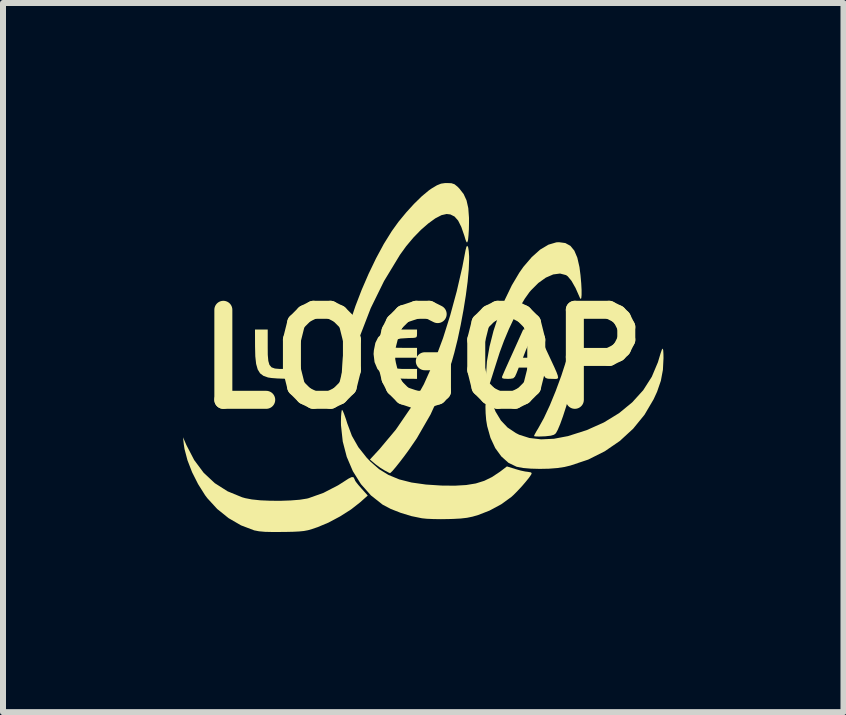
<source format=kicad_pcb>
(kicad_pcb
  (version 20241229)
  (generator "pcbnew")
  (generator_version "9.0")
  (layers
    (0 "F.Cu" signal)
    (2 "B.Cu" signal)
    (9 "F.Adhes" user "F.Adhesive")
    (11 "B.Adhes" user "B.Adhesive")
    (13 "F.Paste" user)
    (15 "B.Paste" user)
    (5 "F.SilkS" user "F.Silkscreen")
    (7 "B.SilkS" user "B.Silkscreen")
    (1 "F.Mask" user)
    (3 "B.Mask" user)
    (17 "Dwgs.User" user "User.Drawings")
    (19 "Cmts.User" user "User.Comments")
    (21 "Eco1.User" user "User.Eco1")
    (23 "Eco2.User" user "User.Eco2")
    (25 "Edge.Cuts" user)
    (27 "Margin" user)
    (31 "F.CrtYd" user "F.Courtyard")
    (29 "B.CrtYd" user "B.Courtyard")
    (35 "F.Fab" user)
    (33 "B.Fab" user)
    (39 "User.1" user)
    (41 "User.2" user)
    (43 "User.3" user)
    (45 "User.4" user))
  (footprint "LOGOP"
    (layer "F.Cu")
    (at 3.993 2.934)
    (property "Reference" "LOGOP" (at 0 0 0) (layer "F.SilkS") (effects (font (size 1.5 1.5) (thickness 0.3))))
    (attr board_only exclude_from_pos_files exclude_from_bom)
    (fp_poly (pts (xy -2.582 -0.211) (xy -2.581 -0.071) (xy -2.572 0.03) (xy -2.553 0.096) (xy -2.518 0.137) (xy -2.462 0.157) (xy -2.382 0.164) (xy -2.324 0.164) (xy -2.16 0.164) (xy -2.16 0.246) (xy -2.16 0.329) (xy -2.33 0.326) (xy -2.427 0.322) (xy -2.517 0.315) (xy -2.577 0.306) (xy -2.653 0.279) (xy -2.709 0.237) (xy -2.749 0.172) (xy -2.775 0.08) (xy -2.789 -0.047) (xy -2.793 -0.213) (xy -2.793 -0.229) (xy -2.794 -0.493) (xy -2.688 -0.493) (xy -2.582 -0.493)) (stroke (width 0) (type solid)) (fill yes) (layer "F.SilkS"))
    (fp_poly (pts (xy 0.758 -1.862) (xy 0.768 -1.802) (xy 0.774 -1.712) (xy 0.774 -1.663) (xy 0.768 -1.494) (xy 0.749 -1.29) (xy 0.719 -1.061) (xy 0.68 -0.818) (xy 0.634 -0.571) (xy 0.583 -0.33) (xy 0.527 -0.105) (xy 0.484 0.048) (xy 0.325 0.5) (xy 0.13 0.925) (xy -0.098 1.32) (xy -0.228 1.51) (xy -0.307 1.618) (xy -0.383 1.717) (xy -0.45 1.801) (xy -0.503 1.863) (xy -0.537 1.896) (xy -0.545 1.9) (xy -0.568 1.89) (xy -0.617 1.864) (xy -0.634 1.855) (xy -0.707 1.81) (xy -0.783 1.754) (xy -0.797 1.742) (xy -0.879 1.673) (xy -0.721 1.502) (xy -0.447 1.175) (xy -0.2 0.814) (xy 0.02 0.419) (xy 0.214 -0.014) (xy 0.34 -0.352) (xy 0.459 -0.73) (xy 0.568 -1.131) (xy 0.661 -1.535) (xy 0.715 -1.818) (xy 0.73 -1.874) (xy 0.744 -1.888)) (stroke (width 0) (type solid)) (fill yes) (layer "F.SilkS"))
    (fp_poly (pts (xy 2.647 -0.866) (xy 2.651 -0.845) (xy 2.656 -0.769) (xy 2.656 -0.657) (xy 2.649 -0.52) (xy 2.638 -0.37) (xy 2.622 -0.218) (xy 2.603 -0.073) (xy 2.593 -0.012) (xy 2.565 0.133) (xy 2.528 0.294) (xy 2.485 0.465) (xy 2.437 0.637) (xy 2.387 0.802) (xy 2.338 0.953) (xy 2.292 1.081) (xy 2.251 1.178) (xy 2.22 1.235) (xy 2.189 1.26) (xy 2.134 1.276) (xy 2.045 1.286) (xy 2.021 1.287) (xy 1.94 1.29) (xy 1.88 1.288) (xy 1.855 1.283) (xy 1.855 1.282) (xy 1.866 1.256) (xy 1.895 1.203) (xy 1.925 1.154) (xy 2.02 0.982) (xy 2.118 0.772) (xy 2.216 0.533) (xy 2.311 0.275) (xy 2.398 0.007) (xy 2.476 -0.263) (xy 2.541 -0.525) (xy 2.569 -0.657) (xy 2.594 -0.778) (xy 2.612 -0.856) (xy 2.626 -0.894) (xy 2.637 -0.896)) (stroke (width 0) (type solid)) (fill yes) (layer "F.SilkS"))
    (fp_poly (pts (xy 1.792 -0.488) (xy 1.907 -0.481) (xy 2.071 -0.129) (xy 2.142 0.023) (xy 2.195 0.137) (xy 2.231 0.219) (xy 2.251 0.274) (xy 2.257 0.308) (xy 2.248 0.324) (xy 2.227 0.33) (xy 2.195 0.33) (xy 2.159 0.329) (xy 2.089 0.327) (xy 2.049 0.314) (xy 2.024 0.281) (xy 2.004 0.235) (xy 1.967 0.141) (xy 1.784 0.141) (xy 1.601 0.141) (xy 1.564 0.235) (xy 1.538 0.292) (xy 1.509 0.32) (xy 1.461 0.328) (xy 1.418 0.329) (xy 1.353 0.326) (xy 1.324 0.316) (xy 1.323 0.294) (xy 1.325 0.288) (xy 1.34 0.253) (xy 1.37 0.184) (xy 1.413 0.088) (xy 1.463 -0.023) (xy 1.671 -0.023) (xy 1.785 -0.023) (xy 1.9 -0.023) (xy 1.852 -0.135) (xy 1.822 -0.202) (xy 1.797 -0.25) (xy 1.788 -0.263) (xy 1.772 -0.252) (xy 1.746 -0.208) (xy 1.721 -0.152) (xy 1.671 -0.023) (xy 1.463 -0.023) (xy 1.465 -0.027) (xy 1.509 -0.124) (xy 1.676 -0.495)) (stroke (width 0) (type solid)) (fill yes) (layer "F.SilkS"))
    (fp_poly (pts (xy 2.377 -1.934) (xy 2.461 -1.888) (xy 2.527 -1.808) (xy 2.577 -1.69) (xy 2.613 -1.532) (xy 2.63 -1.397) (xy 2.642 -1.264) (xy 2.648 -1.153) (xy 2.648 -1.068) (xy 2.643 -1.016) (xy 2.633 -1.001) (xy 2.62 -1.021) (xy 2.548 -1.184) (xy 2.48 -1.304) (xy 2.418 -1.379) (xy 2.389 -1.4) (xy 2.289 -1.426) (xy 2.175 -1.411) (xy 2.053 -1.358) (xy 1.928 -1.269) (xy 1.805 -1.146) (xy 1.78 -1.117) (xy 1.701 -1.006) (xy 1.614 -0.86) (xy 1.525 -0.688) (xy 1.437 -0.501) (xy 1.356 -0.308) (xy 1.286 -0.119) (xy 1.266 -0.057) (xy 1.226 0.068) (xy 1.187 0.191) (xy 1.154 0.296) (xy 1.13 0.37) (xy 1.129 0.374) (xy 1.104 0.445) (xy 1.086 0.473) (xy 1.073 0.462) (xy 1.072 0.461) (xy 1.064 0.416) (xy 1.058 0.342) (xy 1.056 0.259) (xy 1.071 0.037) (xy 1.114 -0.209) (xy 1.18 -0.47) (xy 1.267 -0.734) (xy 1.37 -0.991) (xy 1.486 -1.231) (xy 1.612 -1.443) (xy 1.679 -1.538) (xy 1.819 -1.701) (xy 1.958 -1.825) (xy 2.096 -1.907) (xy 2.228 -1.946) (xy 2.273 -1.948)) (stroke (width 0) (type solid)) (fill yes) (layer "F.SilkS"))
    (fp_poly (pts (xy -0.094 -0.423) (xy -0.096 -0.383) (xy -0.109 -0.362) (xy -0.146 -0.354) (xy -0.216 -0.352) (xy -0.229 -0.352) (xy -0.369 -0.343) (xy -0.478 -0.316) (xy -0.552 -0.274) (xy -0.585 -0.218) (xy -0.587 -0.201) (xy -0.565 -0.196) (xy -0.506 -0.191) (xy -0.419 -0.189) (xy -0.34 -0.188) (xy -0.094 -0.188) (xy -0.094 -0.106) (xy -0.094 -0.023) (xy -0.34 -0.023) (xy -0.45 -0.023) (xy -0.522 -0.02) (xy -0.563 -0.013) (xy -0.582 -0.001) (xy -0.587 0.018) (xy -0.587 0.022) (xy -0.569 0.067) (xy -0.527 0.114) (xy -0.525 0.116) (xy -0.483 0.142) (xy -0.43 0.157) (xy -0.354 0.163) (xy -0.279 0.164) (xy -0.094 0.164) (xy -0.094 0.246) (xy -0.094 0.329) (xy -0.299 0.327) (xy -0.403 0.323) (xy -0.497 0.316) (xy -0.565 0.306) (xy -0.578 0.303) (xy -0.678 0.251) (xy -0.754 0.164) (xy -0.802 0.05) (xy -0.818 -0.085) (xy -0.813 -0.147) (xy -0.788 -0.271) (xy -0.743 -0.362) (xy -0.672 -0.431) (xy -0.66 -0.439) (xy -0.618 -0.464) (xy -0.572 -0.48) (xy -0.512 -0.489) (xy -0.426 -0.492) (xy -0.337 -0.493) (xy -0.094 -0.493)) (stroke (width 0) (type solid)) (fill yes) (layer "F.SilkS"))
    (fp_poly (pts (xy -3.937 1.432) (xy -3.807 1.682) (xy -3.65 1.893) (xy -3.464 2.067) (xy -3.25 2.203) (xy -3.009 2.302) (xy -2.956 2.317) (xy -2.847 2.338) (xy -2.703 2.353) (xy -2.539 2.36) (xy -2.367 2.361) (xy -2.199 2.355) (xy -2.048 2.343) (xy -1.928 2.324) (xy -1.901 2.317) (xy -1.654 2.229) (xy -1.41 2.103) (xy -1.314 2.042) (xy -1.235 1.991) (xy -1.186 1.967) (xy -1.158 1.966) (xy -1.148 1.975) (xy -1.13 2.012) (xy -1.127 2.022) (xy -1.112 2.046) (xy -1.074 2.094) (xy -1.021 2.155) (xy -0.915 2.273) (xy -1.043 2.387) (xy -1.195 2.506) (xy -1.376 2.621) (xy -1.569 2.724) (xy -1.758 2.803) (xy -1.76 2.803) (xy -1.841 2.831) (xy -1.91 2.851) (xy -1.979 2.864) (xy -2.06 2.872) (xy -2.162 2.877) (xy -2.299 2.88) (xy -2.324 2.88) (xy -2.495 2.881) (xy -2.626 2.878) (xy -2.727 2.869) (xy -2.805 2.854) (xy -2.814 2.851) (xy -3.027 2.77) (xy -3.234 2.65) (xy -3.424 2.497) (xy -3.587 2.319) (xy -3.625 2.269) (xy -3.742 2.083) (xy -3.842 1.885) (xy -3.919 1.686) (xy -3.968 1.5) (xy -3.98 1.423) (xy -3.993 1.303)) (stroke (width 0) (type solid)) (fill yes) (layer "F.SilkS"))
    (fp_poly (pts (xy 4.008 -0.15) (xy 4.012 -0.082) (xy 4.013 -0.015) (xy 4.003 0.18) (xy 3.969 0.361) (xy 3.906 0.544) (xy 3.848 0.67) (xy 3.696 0.928) (xy 3.507 1.16) (xy 3.285 1.364) (xy 3.034 1.536) (xy 2.759 1.674) (xy 2.463 1.773) (xy 2.364 1.797) (xy 2.245 1.815) (xy 2.103 1.826) (xy 1.951 1.829) (xy 1.803 1.825) (xy 1.672 1.814) (xy 1.573 1.795) (xy 1.564 1.793) (xy 1.43 1.728) (xy 1.311 1.622) (xy 1.209 1.482) (xy 1.13 1.312) (xy 1.075 1.117) (xy 1.058 1.014) (xy 1.049 0.902) (xy 1.046 0.792) (xy 1.051 0.694) (xy 1.061 0.618) (xy 1.078 0.577) (xy 1.081 0.574) (xy 1.098 0.588) (xy 1.121 0.636) (xy 1.14 0.686) (xy 1.214 0.874) (xy 1.304 1.023) (xy 1.415 1.14) (xy 1.553 1.232) (xy 1.608 1.26) (xy 1.778 1.314) (xy 1.974 1.337) (xy 2.189 1.327) (xy 2.415 1.284) (xy 2.418 1.284) (xy 2.734 1.183) (xy 3.02 1.055) (xy 3.273 0.9) (xy 3.492 0.72) (xy 3.675 0.518) (xy 3.818 0.294) (xy 3.92 0.052) (xy 3.932 0.012) (xy 3.964 -0.095) (xy 3.986 -0.158) (xy 4 -0.176)) (stroke (width 0) (type solid)) (fill yes) (layer "F.SilkS"))
    (fp_poly (pts (xy -1.329 0.866) (xy -1.306 0.923) (xy -1.277 1.005) (xy -1.258 1.067) (xy -1.179 1.279) (xy -1.072 1.467) (xy -0.931 1.645) (xy -0.866 1.712) (xy -0.726 1.834) (xy -0.57 1.93) (xy -0.391 2.004) (xy -0.186 2.056) (xy 0.054 2.09) (xy 0.314 2.107) (xy 0.538 2.109) (xy 0.726 2.098) (xy 0.885 2.072) (xy 1.026 2.028) (xy 1.155 1.965) (xy 1.283 1.88) (xy 1.302 1.866) (xy 1.404 1.788) (xy 1.549 1.833) (xy 1.634 1.857) (xy 1.709 1.873) (xy 1.75 1.878) (xy 1.798 1.886) (xy 1.817 1.898) (xy 1.808 1.924) (xy 1.773 1.975) (xy 1.719 2.042) (xy 1.654 2.118) (xy 1.583 2.194) (xy 1.515 2.263) (xy 1.476 2.298) (xy 1.309 2.419) (xy 1.114 2.524) (xy 0.927 2.597) (xy 0.831 2.625) (xy 0.739 2.644) (xy 0.635 2.656) (xy 0.506 2.663) (xy 0.434 2.665) (xy 0.304 2.667) (xy 0.176 2.665) (xy 0.065 2.66) (xy -0.012 2.652) (xy -0.188 2.616) (xy -0.365 2.562) (xy -0.529 2.498) (xy -0.662 2.428) (xy -0.67 2.423) (xy -0.862 2.271) (xy -1.028 2.084) (xy -1.163 1.868) (xy -1.265 1.629) (xy -1.332 1.372) (xy -1.361 1.103) (xy -1.362 1.046) (xy -1.36 0.955) (xy -1.354 0.886) (xy -1.347 0.849) (xy -1.343 0.845)) (stroke (width 0) (type solid)) (fill yes) (layer "F.SilkS"))
    (fp_poly (pts (xy 0.479 -2.931) (xy 0.53 -2.914) (xy 0.58 -2.874) (xy 0.613 -2.84) (xy 0.683 -2.75) (xy 0.731 -2.645) (xy 0.76 -2.516) (xy 0.772 -2.354) (xy 0.772 -2.267) (xy 0.77 -2.16) (xy 0.764 -2.065) (xy 0.757 -1.995) (xy 0.753 -1.972) (xy 0.742 -1.945) (xy 0.731 -1.949) (xy 0.715 -1.987) (xy 0.695 -2.054) (xy 0.644 -2.202) (xy 0.591 -2.308) (xy 0.531 -2.376) (xy 0.461 -2.411) (xy 0.399 -2.418) (xy 0.314 -2.399) (xy 0.21 -2.345) (xy 0.093 -2.26) (xy -0.031 -2.152) (xy -0.156 -2.023) (xy -0.276 -1.88) (xy -0.379 -1.737) (xy -0.644 -1.3) (xy -0.865 -0.85) (xy -1.046 -0.381) (xy -1.188 0.11) (xy -1.245 0.368) (xy -1.271 0.494) (xy -1.293 0.603) (xy -1.312 0.686) (xy -1.324 0.737) (xy -1.328 0.749) (xy -1.342 0.738) (xy -1.353 0.717) (xy -1.358 0.676) (xy -1.36 0.599) (xy -1.358 0.493) (xy -1.355 0.369) (xy -1.348 0.235) (xy -1.34 0.101) (xy -1.331 -0.023) (xy -1.32 -0.129) (xy -1.314 -0.176) (xy -1.273 -0.387) (xy -1.207 -0.627) (xy -1.12 -0.885) (xy -1.017 -1.153) (xy -0.901 -1.421) (xy -0.777 -1.679) (xy -0.647 -1.92) (xy -0.515 -2.132) (xy -0.514 -2.134) (xy -0.403 -2.288) (xy -0.276 -2.442) (xy -0.144 -2.587) (xy -0.014 -2.714) (xy 0.105 -2.813) (xy 0.15 -2.844) (xy 0.237 -2.896) (xy 0.306 -2.924) (xy 0.376 -2.934) (xy 0.406 -2.934)) (stroke (width 0) (type solid)) (fill yes) (layer "F.SilkS")))
  (gr_rect
    (start -3 -3)
    (end 11.005 8.816)
    (stroke (width 0.1) (type default))
    (fill no)
    (layer "Edge.Cuts")))
</source>
